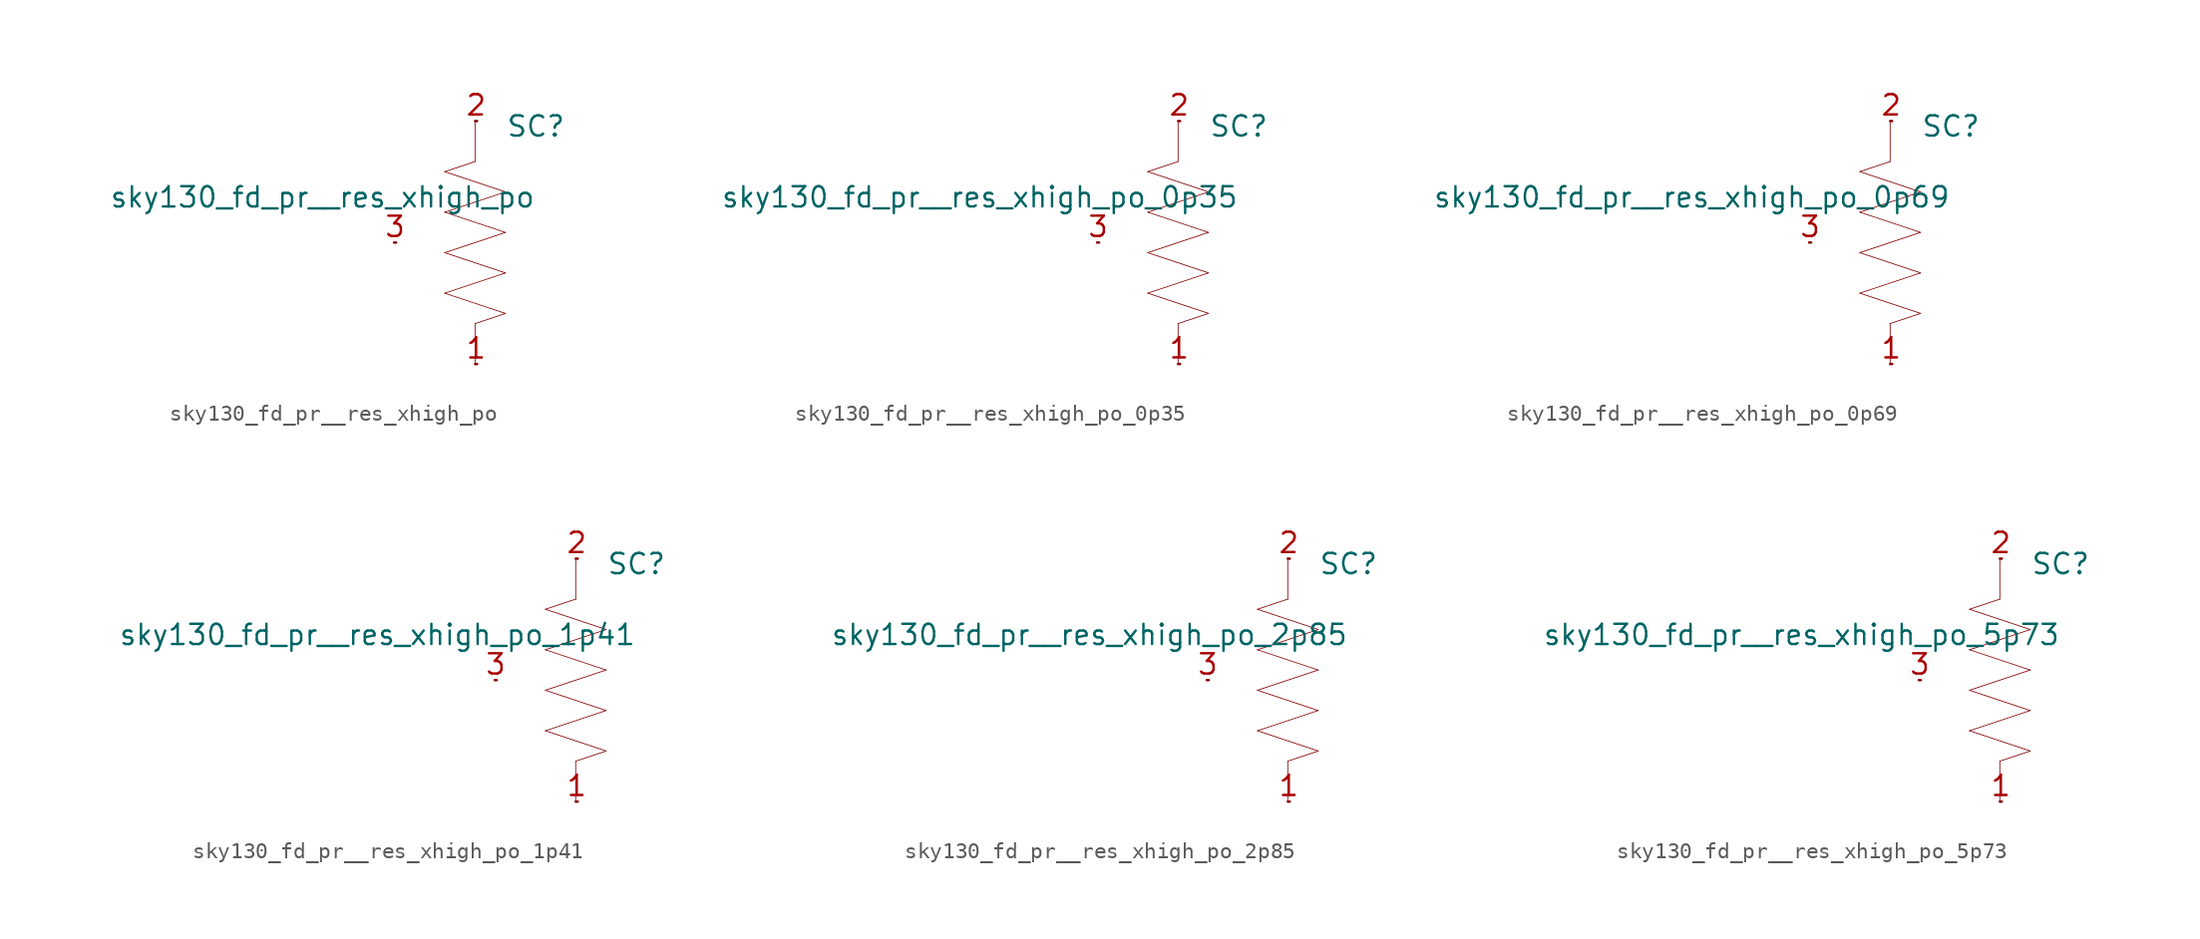
<source format=kicad_sym>
(kicad_symbol_lib
  (version 20211014)
  (generator kicad_symbol_editor)
  (symbol "sky130_fd_pr__res_xhigh_po"
    (pin_names hide)
    (property "Reference" "SC"
      (at 3.81 7.29 0)
      (effects (font (size 1.27 1.27))))
    (property "Value" "sky130_fd_pr__res_xhigh_po"
      (at 3.81 2.845 0)
      (effects (font (size 1.27 1.27)) (justify right)))
    (symbol "sky130_fd_pr__res_xhigh_po_0_0"
      (polyline (pts (xy -1.905 -3.175) (xy 1.905 -4.445)) (stroke (width 0.051) (type default) (color 0 0 0 0)) (fill (type none)))
      (polyline (pts (xy -1.905 -3.175) (xy 1.905 -1.905)) (stroke (width 0.051) (type default) (color 0 0 0 0)) (fill (type none)))
      (polyline (pts (xy -1.905 -0.635) (xy 1.905 -1.905)) (stroke (width 0.051) (type default) (color 0 0 0 0)) (fill (type none)))
      (polyline (pts (xy -1.905 -0.635) (xy 1.905 0.635)) (stroke (width 0.051) (type default) (color 0 0 0 0)) (fill (type none)))
      (polyline (pts (xy -1.905 1.905) (xy 1.905 0.635)) (stroke (width 0.051) (type default) (color 0 0 0 0)) (fill (type none)))
      (polyline (pts (xy -1.905 1.905) (xy 1.905 3.175)) (stroke (width 0.051) (type default) (color 0 0 0 0)) (fill (type none)))
      (polyline (pts (xy -1.905 4.445) (xy 0 5.08)) (stroke (width 0.051) (type default) (color 0 0 0 0)) (fill (type none)))
      (polyline (pts (xy -1.905 4.445) (xy 1.905 3.175)) (stroke (width 0.051) (type default) (color 0 0 0 0)) (fill (type none)))
      (polyline (pts (xy 0 -5.08) (xy 0 -7.62)) (stroke (width 0.051) (type default) (color 0 0 0 0)) (fill (type none)))
      (polyline (pts (xy 0 -5.08) (xy 1.905 -4.445)) (stroke (width 0.051) (type default) (color 0 0 0 0)) (fill (type none)))
      (polyline (pts (xy 0 7.62) (xy 0 5.08)) (stroke (width 0.051) (type default) (color 0 0 0 0)) (fill (type none))))
    (symbol "sky130_fd_pr__res_xhigh_po_1_1"
      (pin bidirectional line (at 0 -7.62 0) (length 0.127) (name "M" (effects (font (size 1.092 1.092)))) (number "1" (effects (font (size 1.27 1.27)))))
      (pin bidirectional line (at 0 7.62 0) (length 0.127) (name "P" (effects (font (size 1.092 1.092)))) (number "2" (effects (font (size 1.27 1.27)))))
      (pin bidirectional line (at -5.08 0 0) (length 0.127) (name "B" (effects (font (size 1.092 1.092)))) (number "3" (effects (font (size 1.27 1.27)))))))
  (symbol "sky130_fd_pr__res_xhigh_po_0p35"
    (pin_names hide)
    (property "Reference" "SC"
      (at 3.81 7.29 0)
      (effects (font (size 1.27 1.27))))
    (property "Value" "sky130_fd_pr__res_xhigh_po_0p35"
      (at 3.81 2.845 0)
      (effects (font (size 1.27 1.27)) (justify right)))
    (symbol "sky130_fd_pr__res_xhigh_po_0p35_0_0"
      (polyline (pts (xy -1.905 -3.175) (xy 1.905 -4.445)) (stroke (width 0.051) (type default) (color 0 0 0 0)) (fill (type none)))
      (polyline (pts (xy -1.905 -3.175) (xy 1.905 -1.905)) (stroke (width 0.051) (type default) (color 0 0 0 0)) (fill (type none)))
      (polyline (pts (xy -1.905 -0.635) (xy 1.905 -1.905)) (stroke (width 0.051) (type default) (color 0 0 0 0)) (fill (type none)))
      (polyline (pts (xy -1.905 -0.635) (xy 1.905 0.635)) (stroke (width 0.051) (type default) (color 0 0 0 0)) (fill (type none)))
      (polyline (pts (xy -1.905 1.905) (xy 1.905 0.635)) (stroke (width 0.051) (type default) (color 0 0 0 0)) (fill (type none)))
      (polyline (pts (xy -1.905 1.905) (xy 1.905 3.175)) (stroke (width 0.051) (type default) (color 0 0 0 0)) (fill (type none)))
      (polyline (pts (xy -1.905 4.445) (xy 0 5.08)) (stroke (width 0.051) (type default) (color 0 0 0 0)) (fill (type none)))
      (polyline (pts (xy -1.905 4.445) (xy 1.905 3.175)) (stroke (width 0.051) (type default) (color 0 0 0 0)) (fill (type none)))
      (polyline (pts (xy 0 -5.08) (xy 0 -7.62)) (stroke (width 0.051) (type default) (color 0 0 0 0)) (fill (type none)))
      (polyline (pts (xy 0 -5.08) (xy 1.905 -4.445)) (stroke (width 0.051) (type default) (color 0 0 0 0)) (fill (type none)))
      (polyline (pts (xy 0 7.62) (xy 0 5.08)) (stroke (width 0.051) (type default) (color 0 0 0 0)) (fill (type none))))
    (symbol "sky130_fd_pr__res_xhigh_po_0p35_1_1"
      (pin bidirectional line (at 0 -7.62 0) (length 0.127) (name "M" (effects (font (size 1.092 1.092)))) (number "1" (effects (font (size 1.27 1.27)))))
      (pin bidirectional line (at 0 7.62 0) (length 0.127) (name "P" (effects (font (size 1.092 1.092)))) (number "2" (effects (font (size 1.27 1.27)))))
      (pin bidirectional line (at -5.08 0 0) (length 0.127) (name "B" (effects (font (size 1.092 1.092)))) (number "3" (effects (font (size 1.27 1.27)))))))
  (symbol "sky130_fd_pr__res_xhigh_po_0p69"
    (pin_names hide)
    (property "Reference" "SC"
      (at 3.81 7.29 0)
      (effects (font (size 1.27 1.27))))
    (property "Value" "sky130_fd_pr__res_xhigh_po_0p69"
      (at 3.81 2.845 0)
      (effects (font (size 1.27 1.27)) (justify right)))
    (symbol "sky130_fd_pr__res_xhigh_po_0p69_0_0"
      (polyline (pts (xy -1.905 -3.175) (xy 1.905 -4.445)) (stroke (width 0.051) (type default) (color 0 0 0 0)) (fill (type none)))
      (polyline (pts (xy -1.905 -3.175) (xy 1.905 -1.905)) (stroke (width 0.051) (type default) (color 0 0 0 0)) (fill (type none)))
      (polyline (pts (xy -1.905 -0.635) (xy 1.905 -1.905)) (stroke (width 0.051) (type default) (color 0 0 0 0)) (fill (type none)))
      (polyline (pts (xy -1.905 -0.635) (xy 1.905 0.635)) (stroke (width 0.051) (type default) (color 0 0 0 0)) (fill (type none)))
      (polyline (pts (xy -1.905 1.905) (xy 1.905 0.635)) (stroke (width 0.051) (type default) (color 0 0 0 0)) (fill (type none)))
      (polyline (pts (xy -1.905 1.905) (xy 1.905 3.175)) (stroke (width 0.051) (type default) (color 0 0 0 0)) (fill (type none)))
      (polyline (pts (xy -1.905 4.445) (xy 0 5.08)) (stroke (width 0.051) (type default) (color 0 0 0 0)) (fill (type none)))
      (polyline (pts (xy -1.905 4.445) (xy 1.905 3.175)) (stroke (width 0.051) (type default) (color 0 0 0 0)) (fill (type none)))
      (polyline (pts (xy 0 -5.08) (xy 0 -7.62)) (stroke (width 0.051) (type default) (color 0 0 0 0)) (fill (type none)))
      (polyline (pts (xy 0 -5.08) (xy 1.905 -4.445)) (stroke (width 0.051) (type default) (color 0 0 0 0)) (fill (type none)))
      (polyline (pts (xy 0 7.62) (xy 0 5.08)) (stroke (width 0.051) (type default) (color 0 0 0 0)) (fill (type none))))
    (symbol "sky130_fd_pr__res_xhigh_po_0p69_1_1"
      (pin bidirectional line (at 0 -7.62 0) (length 0.127) (name "M" (effects (font (size 1.092 1.092)))) (number "1" (effects (font (size 1.27 1.27)))))
      (pin bidirectional line (at 0 7.62 0) (length 0.127) (name "P" (effects (font (size 1.092 1.092)))) (number "2" (effects (font (size 1.27 1.27)))))
      (pin bidirectional line (at -5.08 0 0) (length 0.127) (name "B" (effects (font (size 1.092 1.092)))) (number "3" (effects (font (size 1.27 1.27)))))))
  (symbol "sky130_fd_pr__res_xhigh_po_1p41"
    (pin_names hide)
    (property "Reference" "SC"
      (at 3.81 7.29 0)
      (effects (font (size 1.27 1.27))))
    (property "Value" "sky130_fd_pr__res_xhigh_po_1p41"
      (at 3.81 2.845 0)
      (effects (font (size 1.27 1.27)) (justify right)))
    (symbol "sky130_fd_pr__res_xhigh_po_1p41_0_0"
      (polyline (pts (xy -1.905 -3.175) (xy 1.905 -4.445)) (stroke (width 0.051) (type default) (color 0 0 0 0)) (fill (type none)))
      (polyline (pts (xy -1.905 -3.175) (xy 1.905 -1.905)) (stroke (width 0.051) (type default) (color 0 0 0 0)) (fill (type none)))
      (polyline (pts (xy -1.905 -0.635) (xy 1.905 -1.905)) (stroke (width 0.051) (type default) (color 0 0 0 0)) (fill (type none)))
      (polyline (pts (xy -1.905 -0.635) (xy 1.905 0.635)) (stroke (width 0.051) (type default) (color 0 0 0 0)) (fill (type none)))
      (polyline (pts (xy -1.905 1.905) (xy 1.905 0.635)) (stroke (width 0.051) (type default) (color 0 0 0 0)) (fill (type none)))
      (polyline (pts (xy -1.905 1.905) (xy 1.905 3.175)) (stroke (width 0.051) (type default) (color 0 0 0 0)) (fill (type none)))
      (polyline (pts (xy -1.905 4.445) (xy 0 5.08)) (stroke (width 0.051) (type default) (color 0 0 0 0)) (fill (type none)))
      (polyline (pts (xy -1.905 4.445) (xy 1.905 3.175)) (stroke (width 0.051) (type default) (color 0 0 0 0)) (fill (type none)))
      (polyline (pts (xy 0 -5.08) (xy 0 -7.62)) (stroke (width 0.051) (type default) (color 0 0 0 0)) (fill (type none)))
      (polyline (pts (xy 0 -5.08) (xy 1.905 -4.445)) (stroke (width 0.051) (type default) (color 0 0 0 0)) (fill (type none)))
      (polyline (pts (xy 0 7.62) (xy 0 5.08)) (stroke (width 0.051) (type default) (color 0 0 0 0)) (fill (type none))))
    (symbol "sky130_fd_pr__res_xhigh_po_1p41_1_1"
      (pin bidirectional line (at 0 -7.62 0) (length 0.127) (name "M" (effects (font (size 1.092 1.092)))) (number "1" (effects (font (size 1.27 1.27)))))
      (pin bidirectional line (at 0 7.62 0) (length 0.127) (name "P" (effects (font (size 1.092 1.092)))) (number "2" (effects (font (size 1.27 1.27)))))
      (pin bidirectional line (at -5.08 0 0) (length 0.127) (name "B" (effects (font (size 1.092 1.092)))) (number "3" (effects (font (size 1.27 1.27)))))))
  (symbol "sky130_fd_pr__res_xhigh_po_2p85"
    (pin_names hide)
    (property "Reference" "SC"
      (at 3.81 7.29 0)
      (effects (font (size 1.27 1.27))))
    (property "Value" "sky130_fd_pr__res_xhigh_po_2p85"
      (at 3.81 2.845 0)
      (effects (font (size 1.27 1.27)) (justify right)))
    (symbol "sky130_fd_pr__res_xhigh_po_2p85_0_0"
      (polyline (pts (xy -1.905 -3.175) (xy 1.905 -4.445)) (stroke (width 0.051) (type default) (color 0 0 0 0)) (fill (type none)))
      (polyline (pts (xy -1.905 -3.175) (xy 1.905 -1.905)) (stroke (width 0.051) (type default) (color 0 0 0 0)) (fill (type none)))
      (polyline (pts (xy -1.905 -0.635) (xy 1.905 -1.905)) (stroke (width 0.051) (type default) (color 0 0 0 0)) (fill (type none)))
      (polyline (pts (xy -1.905 -0.635) (xy 1.905 0.635)) (stroke (width 0.051) (type default) (color 0 0 0 0)) (fill (type none)))
      (polyline (pts (xy -1.905 1.905) (xy 1.905 0.635)) (stroke (width 0.051) (type default) (color 0 0 0 0)) (fill (type none)))
      (polyline (pts (xy -1.905 1.905) (xy 1.905 3.175)) (stroke (width 0.051) (type default) (color 0 0 0 0)) (fill (type none)))
      (polyline (pts (xy -1.905 4.445) (xy 0 5.08)) (stroke (width 0.051) (type default) (color 0 0 0 0)) (fill (type none)))
      (polyline (pts (xy -1.905 4.445) (xy 1.905 3.175)) (stroke (width 0.051) (type default) (color 0 0 0 0)) (fill (type none)))
      (polyline (pts (xy 0 -5.08) (xy 0 -7.62)) (stroke (width 0.051) (type default) (color 0 0 0 0)) (fill (type none)))
      (polyline (pts (xy 0 -5.08) (xy 1.905 -4.445)) (stroke (width 0.051) (type default) (color 0 0 0 0)) (fill (type none)))
      (polyline (pts (xy 0 7.62) (xy 0 5.08)) (stroke (width 0.051) (type default) (color 0 0 0 0)) (fill (type none))))
    (symbol "sky130_fd_pr__res_xhigh_po_2p85_1_1"
      (pin bidirectional line (at 0 -7.62 0) (length 0.127) (name "M" (effects (font (size 1.092 1.092)))) (number "1" (effects (font (size 1.27 1.27)))))
      (pin bidirectional line (at 0 7.62 0) (length 0.127) (name "P" (effects (font (size 1.092 1.092)))) (number "2" (effects (font (size 1.27 1.27)))))
      (pin bidirectional line (at -5.08 0 0) (length 0.127) (name "B" (effects (font (size 1.092 1.092)))) (number "3" (effects (font (size 1.27 1.27)))))))
  (symbol "sky130_fd_pr__res_xhigh_po_5p73"
    (pin_names hide)
    (property "Reference" "SC"
      (at 3.81 7.29 0)
      (effects (font (size 1.27 1.27))))
    (property "Value" "sky130_fd_pr__res_xhigh_po_5p73"
      (at 3.81 2.845 0)
      (effects (font (size 1.27 1.27)) (justify right)))
    (symbol "sky130_fd_pr__res_xhigh_po_5p73_0_0"
      (polyline (pts (xy -1.905 -3.175) (xy 1.905 -4.445)) (stroke (width 0.051) (type default) (color 0 0 0 0)) (fill (type none)))
      (polyline (pts (xy -1.905 -3.175) (xy 1.905 -1.905)) (stroke (width 0.051) (type default) (color 0 0 0 0)) (fill (type none)))
      (polyline (pts (xy -1.905 -0.635) (xy 1.905 -1.905)) (stroke (width 0.051) (type default) (color 0 0 0 0)) (fill (type none)))
      (polyline (pts (xy -1.905 -0.635) (xy 1.905 0.635)) (stroke (width 0.051) (type default) (color 0 0 0 0)) (fill (type none)))
      (polyline (pts (xy -1.905 1.905) (xy 1.905 0.635)) (stroke (width 0.051) (type default) (color 0 0 0 0)) (fill (type none)))
      (polyline (pts (xy -1.905 1.905) (xy 1.905 3.175)) (stroke (width 0.051) (type default) (color 0 0 0 0)) (fill (type none)))
      (polyline (pts (xy -1.905 4.445) (xy 0 5.08)) (stroke (width 0.051) (type default) (color 0 0 0 0)) (fill (type none)))
      (polyline (pts (xy -1.905 4.445) (xy 1.905 3.175)) (stroke (width 0.051) (type default) (color 0 0 0 0)) (fill (type none)))
      (polyline (pts (xy 0 -5.08) (xy 0 -7.62)) (stroke (width 0.051) (type default) (color 0 0 0 0)) (fill (type none)))
      (polyline (pts (xy 0 -5.08) (xy 1.905 -4.445)) (stroke (width 0.051) (type default) (color 0 0 0 0)) (fill (type none)))
      (polyline (pts (xy 0 7.62) (xy 0 5.08)) (stroke (width 0.051) (type default) (color 0 0 0 0)) (fill (type none))))
    (symbol "sky130_fd_pr__res_xhigh_po_5p73_1_1"
      (pin bidirectional line (at 0 -7.62 0) (length 0.127) (name "M" (effects (font (size 1.092 1.092)))) (number "1" (effects (font (size 1.27 1.27)))))
      (pin bidirectional line (at 0 7.62 0) (length 0.127) (name "P" (effects (font (size 1.092 1.092)))) (number "2" (effects (font (size 1.27 1.27)))))
      (pin bidirectional line (at -5.08 0 0) (length 0.127) (name "B" (effects (font (size 1.092 1.092)))) (number "3" (effects (font (size 1.27 1.27))))))))
</source>
